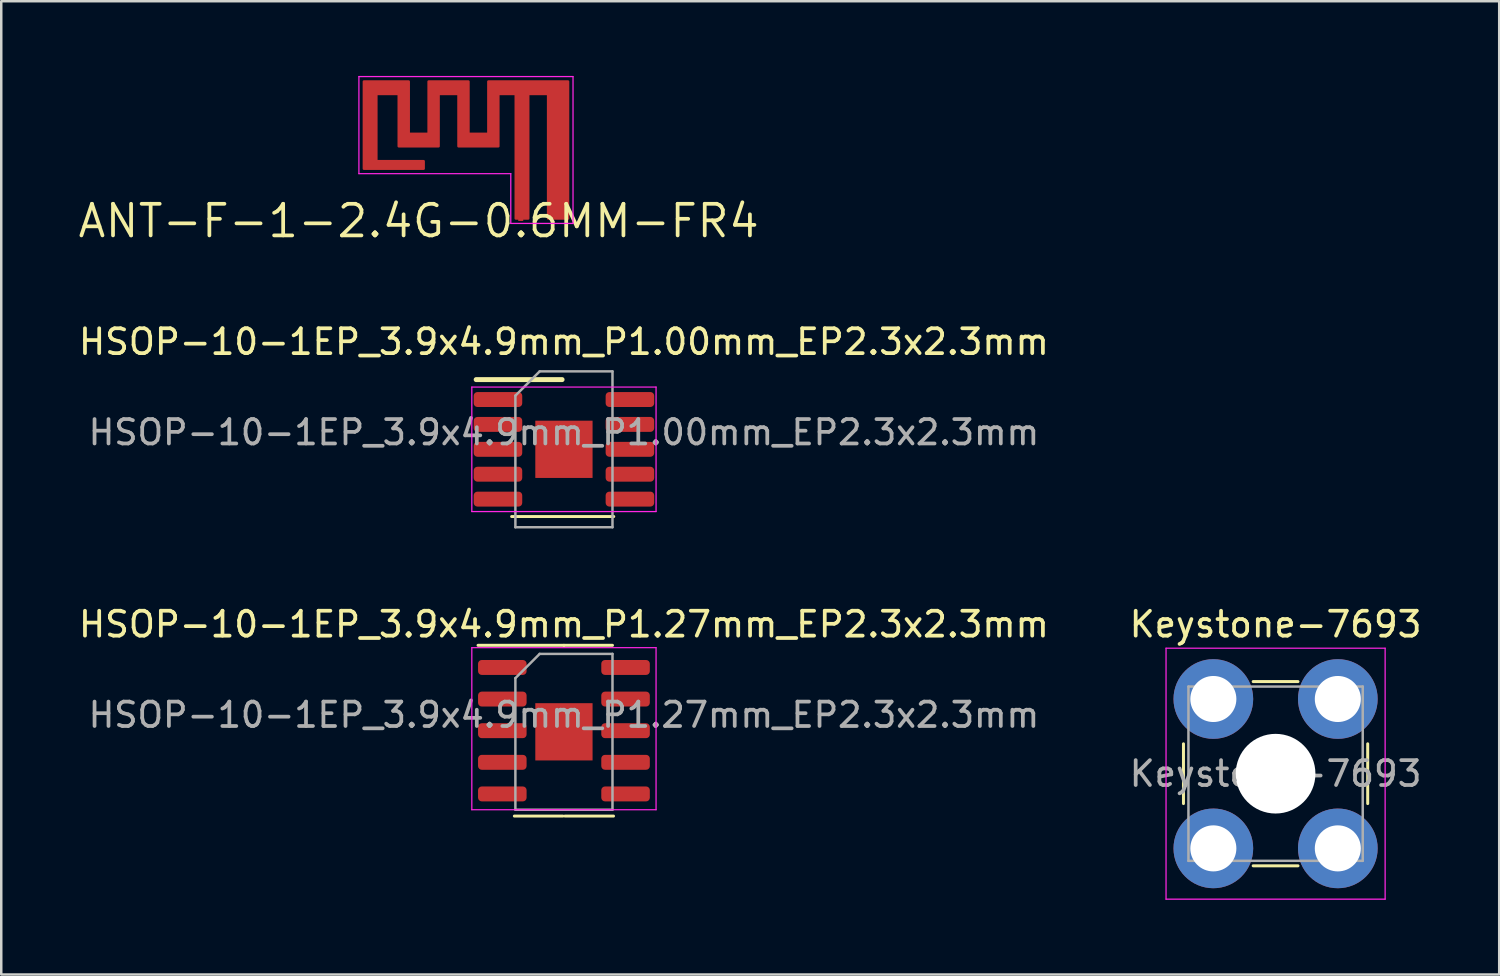
<source format=kicad_pcb>
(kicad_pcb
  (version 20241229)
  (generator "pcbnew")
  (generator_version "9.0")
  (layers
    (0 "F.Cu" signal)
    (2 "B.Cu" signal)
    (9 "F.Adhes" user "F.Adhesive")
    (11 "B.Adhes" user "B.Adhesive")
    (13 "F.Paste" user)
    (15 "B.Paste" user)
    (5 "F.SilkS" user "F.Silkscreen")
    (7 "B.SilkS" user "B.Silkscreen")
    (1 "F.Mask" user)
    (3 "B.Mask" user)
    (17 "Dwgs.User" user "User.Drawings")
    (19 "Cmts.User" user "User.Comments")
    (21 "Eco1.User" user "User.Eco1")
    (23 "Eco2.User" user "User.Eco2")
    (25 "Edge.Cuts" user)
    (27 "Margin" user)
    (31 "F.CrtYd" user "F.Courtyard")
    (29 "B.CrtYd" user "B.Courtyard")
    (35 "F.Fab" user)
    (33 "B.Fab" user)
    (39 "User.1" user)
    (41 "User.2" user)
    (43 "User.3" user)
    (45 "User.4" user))
  (footprint "Keystone-7693"
    (layer "F.Cu")
    (at 48.185 28.026)
    (property "Reference" "Keystone-7693" (at 0 -6 0) (layer "F.SilkS") (effects (font (size 1 1) (thickness 0.15))))
    (attr smd)
    (fp_line (start -3.7 1.2) (end -3.7 -1.2) (stroke (width 0.12) (type solid)) (layer "F.SilkS"))
    (fp_line (start -0.9 -3.7) (end 0.9 -3.7) (stroke (width 0.12) (type solid)) (layer "F.SilkS"))
    (fp_line (start 0.9 3.7) (end -0.9 3.7) (stroke (width 0.12) (type solid)) (layer "F.SilkS"))
    (fp_line (start 3.7 -1.2) (end 3.7 1.2) (stroke (width 0.12) (type solid)) (layer "F.SilkS"))
    (fp_line (start -4.4 -5.04) (end 4.4 -5.04) (stroke (width 0.05) (type solid)) (layer "F.CrtYd"))
    (fp_line (start -4.4 5.04) (end -4.4 -5.04) (stroke (width 0.05) (type solid)) (layer "F.CrtYd"))
    (fp_line (start 4.4 -5.04) (end 4.4 5.04) (stroke (width 0.05) (type solid)) (layer "F.CrtYd"))
    (fp_line (start 4.4 5.04) (end -4.4 5.04) (stroke (width 0.05) (type solid)) (layer "F.CrtYd"))
    (fp_line (start -3.5 -3.5) (end 3.5 -3.5) (stroke (width 0.1) (type solid)) (layer "F.Fab"))
    (fp_line (start -3.5 3.5) (end -3.5 -3.5) (stroke (width 0.1) (type solid)) (layer "F.Fab"))
    (fp_line (start 3.5 -3.5) (end 3.5 3.5) (stroke (width 0.1) (type solid)) (layer "F.Fab"))
    (fp_line (start 3.5 3.5) (end -3.5 3.5) (stroke (width 0.1) (type solid)) (layer "F.Fab"))
    (fp_text user "${REFERENCE}" (at 0 0 0) (layer "F.Fab") (effects (font (size 1 1) (thickness 0.15))))
    (pad "" smd circle (at -2.5 -3) (size 3.1 3.1) (layers "F.Paste"))
    (pad "" smd circle (at -2.5 3) (size 3.1 3.1) (layers "F.Paste"))
    (pad "" np_thru_hole circle (at 0 0) (size 3.2 3.2) (drill 3.2) (layers "*.Cu" "*.Mask"))
    (pad "" smd circle (at 2.5 -3) (size 3.1 3.1) (layers "F.Paste"))
    (pad "" smd circle (at 2.5 3) (size 3.1 3.1) (layers "F.Paste"))
    (pad "1" thru_hole circle (at -2.5 -3) (size 3.2 3.2) (drill 1.85) (layers "*.Cu" "*.Mask"))
    (pad "1" thru_hole circle (at -2.5 3) (size 3.2 3.2) (drill 1.85) (layers "*.Cu" "*.Mask"))
    (pad "1" thru_hole circle (at 2.5 -3) (size 3.2 3.2) (drill 1.85) (layers "*.Cu" "*.Mask"))
    (pad "1" thru_hole circle (at 2.5 3) (size 3.2 3.2) (drill 1.85) (layers "*.Cu" "*.Mask")))
  (footprint "ANT-F-1-2.4G-0.6MM-FR4"
    (layer "F.Cu")
    (at 13.766 2.825)
    (property "Reference" "ANT-F-1-2.4G-0.6MM-FR4" (at 0 3 0) (layer "F.SilkS") (effects (font (size 1.27 1.27) (thickness 0.15))))
    (attr exclude_from_pos_files exclude_from_bom)
    (fp_poly (pts (xy -0.4 -0.5) (xy 0.4 -0.5) (xy 0.4 -2.6) (xy 2 -2.6) (xy 2 -0.5) (xy 2.8 -0.5) (xy 2.8 -2.6) (xy 6 -2.6) (xy 6 2.9) (xy 5.2 2.9) (xy 5.2 -2.1) (xy 4.4 -2.1) (xy 4.4 2.9) (xy 3.9 2.9) (xy 3.9 -2.1) (xy 3.2 -2.1) (xy 3.2 0) (xy 1.6 0) (xy 1.6 -2.1) (xy 0.8 -2.1) (xy 0.8 0) (xy -0.8 0) (xy -0.8 -2.1) (xy -1.7 -2.1) (xy -1.7 0.6) (xy 0.2 0.6) (xy 0.2 0.9) (xy -2.2 0.9) (xy -2.2 -2.6) (xy -0.4 -2.6)) (stroke (width 0.1) (type solid)) (fill yes) (layer "F.Cu"))
    (fp_poly (pts (xy -0.3 -0.6) (xy 0.3 -0.6) (xy 0.3 -2.7) (xy 2.1 -2.7) (xy 2.1 -0.6) (xy 2.7 -0.6) (xy 2.7 -2.7) (xy 6.1 -2.7) (xy 6.1 2.9) (xy 5.1 2.9) (xy 5.1 -2) (xy 4.5 -2) (xy 4.5 2.9) (xy 3.8 2.9) (xy 3.8 -2) (xy 3.3 -2) (xy 3.3 0.1) (xy 1.5 0.1) (xy 1.5 -2) (xy 0.9 -2) (xy 0.9 0.1) (xy -0.9 0.1) (xy -0.9 -2) (xy -1.6 -2) (xy -1.6 0.5) (xy 0.3 0.5) (xy 0.3 1) (xy -2.3 1) (xy -2.3 -2.7) (xy -0.3 -2.7)) (stroke (width 0.12) (type solid)) (fill yes) (layer "F.Mask"))
    (fp_line (start -2.4 -2.8) (end -2.4 1.1) (stroke (width 0.05) (type solid)) (layer "F.CrtYd"))
    (fp_line (start 3.7 1.1) (end -2.4 1.1) (stroke (width 0.05) (type solid)) (layer "F.CrtYd"))
    (fp_line (start 3.7 1.1) (end 3.7 3.1) (stroke (width 0.05) (type solid)) (layer "F.CrtYd"))
    (fp_line (start 3.7 3.1) (end 6.2 3.1) (stroke (width 0.05) (type solid)) (layer "F.CrtYd"))
    (fp_line (start 6.2 -2.8) (end -2.4 -2.8) (stroke (width 0.05) (type solid)) (layer "F.CrtYd"))
    (fp_line (start 6.2 3.1) (end 6.2 -2.8) (stroke (width 0.05) (type solid)) (layer "F.CrtYd"))
    (pad "1" smd rect (at 4.1 2.9 90) (size 0.2 0.2) (layers "F.Cu" "F.Mask" "F.Paste")))
  (footprint "HSOP-10-1EP_3.9x4.9mm_P1.00mm_EP2.3x2.3mm"
    (layer "F.Cu")
    (at 19.601 14.997)
    (property "Reference" "HSOP-10-1EP_3.9x4.9mm_P1.00mm_EP2.3x2.3mm" (at 0 -4.318 0) (layer "F.SilkS") (effects (font (size 1 1) (thickness 0.15))))
    (attr smd)
    (fp_line (start -2.1 2.7) (end 2 2.7) (stroke (width 0.12) (type solid)) (layer "F.SilkS"))
    (fp_line (start -0.075 -2.8) (end -3.525 -2.8) (stroke (width 0.2) (type solid)) (layer "F.SilkS"))
    (fp_line (start -3.7 -2.5) (end -3.7 2.5) (stroke (width 0.05) (type solid)) (layer "F.CrtYd"))
    (fp_line (start -3.7 2.5) (end 3.7 2.5) (stroke (width 0.05) (type solid)) (layer "F.CrtYd"))
    (fp_line (start 3.7 -2.5) (end -3.7 -2.5) (stroke (width 0.05) (type solid)) (layer "F.CrtYd"))
    (fp_line (start 3.7 2.5) (end 3.7 -2.5) (stroke (width 0.05) (type solid)) (layer "F.CrtYd"))
    (fp_line (start -1.95 -2.155) (end -0.975 -3.13) (stroke (width 0.1) (type solid)) (layer "F.Fab"))
    (fp_line (start -1.95 3.13) (end -1.95 -2.155) (stroke (width 0.1) (type solid)) (layer "F.Fab"))
    (fp_line (start -0.975 -3.13) (end 1.95 -3.13) (stroke (width 0.1) (type solid)) (layer "F.Fab"))
    (fp_line (start 1.95 -3.13) (end 1.95 3.13) (stroke (width 0.1) (type solid)) (layer "F.Fab"))
    (fp_line (start 1.95 3.13) (end -1.95 3.13) (stroke (width 0.1) (type solid)) (layer "F.Fab"))
    (fp_text user "${REFERENCE}" (at 0 -0.68 0) (layer "F.Fab") (effects (font (size 0.98 0.98) (thickness 0.15))))
    (pad "" smd roundrect (at -0.575 -0.508) (size 0.93 0.93) (layers "F.Paste") (roundrect_rratio 0.25))
    (pad "" smd roundrect (at -0.575 0.508) (size 0.93 0.93) (layers "F.Paste") (roundrect_rratio 0.25))
    (pad "" smd roundrect (at 0.575 -0.508) (size 0.93 0.93) (layers "F.Paste") (roundrect_rratio 0.25))
    (pad "" smd roundrect (at 0.575 0.508) (size 0.93 0.93) (layers "F.Paste") (roundrect_rratio 0.25))
    (pad "1" smd roundrect (at -2.65 -2) (size 1.95 0.6) (layers "F.Cu" "F.Mask" "F.Paste") (roundrect_rratio 0.25))
    (pad "2" smd roundrect (at -2.65 -1) (size 1.95 0.6) (layers "F.Cu" "F.Mask" "F.Paste") (roundrect_rratio 0.25))
    (pad "3" smd roundrect (at -2.65 0) (size 1.95 0.6) (layers "F.Cu" "F.Mask" "F.Paste") (roundrect_rratio 0.25))
    (pad "4" smd roundrect (at -2.65 1) (size 1.95 0.6) (layers "F.Cu" "F.Mask" "F.Paste") (roundrect_rratio 0.25))
    (pad "5" smd roundrect (at -2.65 2) (size 1.95 0.6) (layers "F.Cu" "F.Mask" "F.Paste") (roundrect_rratio 0.25))
    (pad "6" smd roundrect (at 2.65 2) (size 1.95 0.6) (layers "F.Cu" "F.Mask" "F.Paste") (roundrect_rratio 0.25))
    (pad "7" smd roundrect (at 2.65 1) (size 1.95 0.6) (layers "F.Cu" "F.Mask" "F.Paste") (roundrect_rratio 0.25))
    (pad "8" smd roundrect (at 2.65 0) (size 1.95 0.6) (layers "F.Cu" "F.Mask" "F.Paste") (roundrect_rratio 0.25))
    (pad "9" smd roundrect (at 2.65 -1) (size 1.95 0.6) (layers "F.Cu" "F.Mask" "F.Paste") (roundrect_rratio 0.25))
    (pad "10" smd roundrect (at 2.65 -2) (size 1.95 0.6) (layers "F.Cu" "F.Mask" "F.Paste") (roundrect_rratio 0.25))
    (pad "11" smd rect (at 0 0) (size 2.3 2.3) (layers "F.Cu" "F.Mask")))
  (footprint "HSOP-10-1EP_3.9x4.9mm_P1.27mm_EP2.3x2.3mm"
    (layer "F.Cu")
    (at 19.601 26.344)
    (property "Reference" "HSOP-10-1EP_3.9x4.9mm_P1.27mm_EP2.3x2.3mm" (at 0 -4.318 0) (layer "F.SilkS") (effects (font (size 1 1) (thickness 0.15))))
    (attr smd)
    (fp_line (start -0.041 3.384) (end -1.991 3.384) (stroke (width 0.12) (type solid)) (layer "F.SilkS"))
    (fp_line (start 0 -3.474) (end -3.45 -3.474) (stroke (width 0.12) (type solid)) (layer "F.SilkS"))
    (fp_line (start 0 -3.474) (end 1.95 -3.474) (stroke (width 0.12) (type solid)) (layer "F.SilkS"))
    (fp_line (start 0.041 3.384) (end 1.991 3.384) (stroke (width 0.12) (type solid)) (layer "F.SilkS"))
    (fp_line (start -3.7 -3.38) (end -3.7 3.13) (stroke (width 0.05) (type solid)) (layer "F.CrtYd"))
    (fp_line (start -3.7 3.13) (end 3.7 3.13) (stroke (width 0.05) (type solid)) (layer "F.CrtYd"))
    (fp_line (start 3.7 -3.38) (end -3.7 -3.38) (stroke (width 0.05) (type solid)) (layer "F.CrtYd"))
    (fp_line (start 3.7 3.13) (end 3.7 -3.38) (stroke (width 0.05) (type solid)) (layer "F.CrtYd"))
    (fp_line (start -1.95 -2.155) (end -0.975 -3.13) (stroke (width 0.1) (type solid)) (layer "F.Fab"))
    (fp_line (start -1.95 3.13) (end -1.95 -2.155) (stroke (width 0.1) (type solid)) (layer "F.Fab"))
    (fp_line (start -0.975 -3.13) (end 1.95 -3.13) (stroke (width 0.1) (type solid)) (layer "F.Fab"))
    (fp_line (start 1.95 -3.13) (end 1.95 3.13) (stroke (width 0.1) (type solid)) (layer "F.Fab"))
    (fp_line (start 1.95 3.13) (end -1.95 3.13) (stroke (width 0.1) (type solid)) (layer "F.Fab"))
    (fp_text user "${REFERENCE}" (at 0 -0.68 0) (layer "F.Fab") (effects (font (size 0.98 0.98) (thickness 0.15))))
    (pad "" smd roundrect (at -0.575 -0.508) (size 0.93 0.93) (layers "F.Paste") (roundrect_rratio 0.25))
    (pad "" smd roundrect (at -0.575 0.508) (size 0.93 0.93) (layers "F.Paste") (roundrect_rratio 0.25))
    (pad "" smd roundrect (at 0.575 -0.508) (size 0.93 0.93) (layers "F.Paste") (roundrect_rratio 0.25))
    (pad "" smd roundrect (at 0.575 0.508) (size 0.93 0.93) (layers "F.Paste") (roundrect_rratio 0.25))
    (pad "1" smd roundrect (at -2.475 -2.585) (size 1.95 0.6) (layers "F.Cu" "F.Mask" "F.Paste") (roundrect_rratio 0.25))
    (pad "2" smd roundrect (at -2.475 -1.315) (size 1.95 0.6) (layers "F.Cu" "F.Mask" "F.Paste") (roundrect_rratio 0.25))
    (pad "3" smd roundrect (at -2.475 -0.045) (size 1.95 0.6) (layers "F.Cu" "F.Mask" "F.Paste") (roundrect_rratio 0.25))
    (pad "4" smd roundrect (at -2.475 1.225) (size 1.95 0.6) (layers "F.Cu" "F.Mask" "F.Paste") (roundrect_rratio 0.25))
    (pad "5" smd roundrect (at -2.475 2.495) (size 1.95 0.6) (layers "F.Cu" "F.Mask" "F.Paste") (roundrect_rratio 0.25))
    (pad "6" smd roundrect (at 2.475 2.495) (size 1.95 0.6) (layers "F.Cu" "F.Mask" "F.Paste") (roundrect_rratio 0.25))
    (pad "7" smd roundrect (at 2.475 1.225) (size 1.95 0.6) (layers "F.Cu" "F.Mask" "F.Paste") (roundrect_rratio 0.25))
    (pad "8" smd roundrect (at 2.475 -0.045) (size 1.95 0.6) (layers "F.Cu" "F.Mask" "F.Paste") (roundrect_rratio 0.25))
    (pad "9" smd roundrect (at 2.475 -1.315) (size 1.95 0.6) (layers "F.Cu" "F.Mask" "F.Paste") (roundrect_rratio 0.25))
    (pad "10" smd roundrect (at 2.475 -2.585) (size 1.95 0.6) (layers "F.Cu" "F.Mask" "F.Paste") (roundrect_rratio 0.25))
    (pad "11" smd rect (at 0 0) (size 2.3 2.3) (layers "F.Cu" "F.Mask")))
  (gr_rect
    (start -3 -3)
    (end 57.167 36.091)
    (stroke (width 0.1) (type default))
    (fill no)
    (layer "Edge.Cuts")))
</source>
